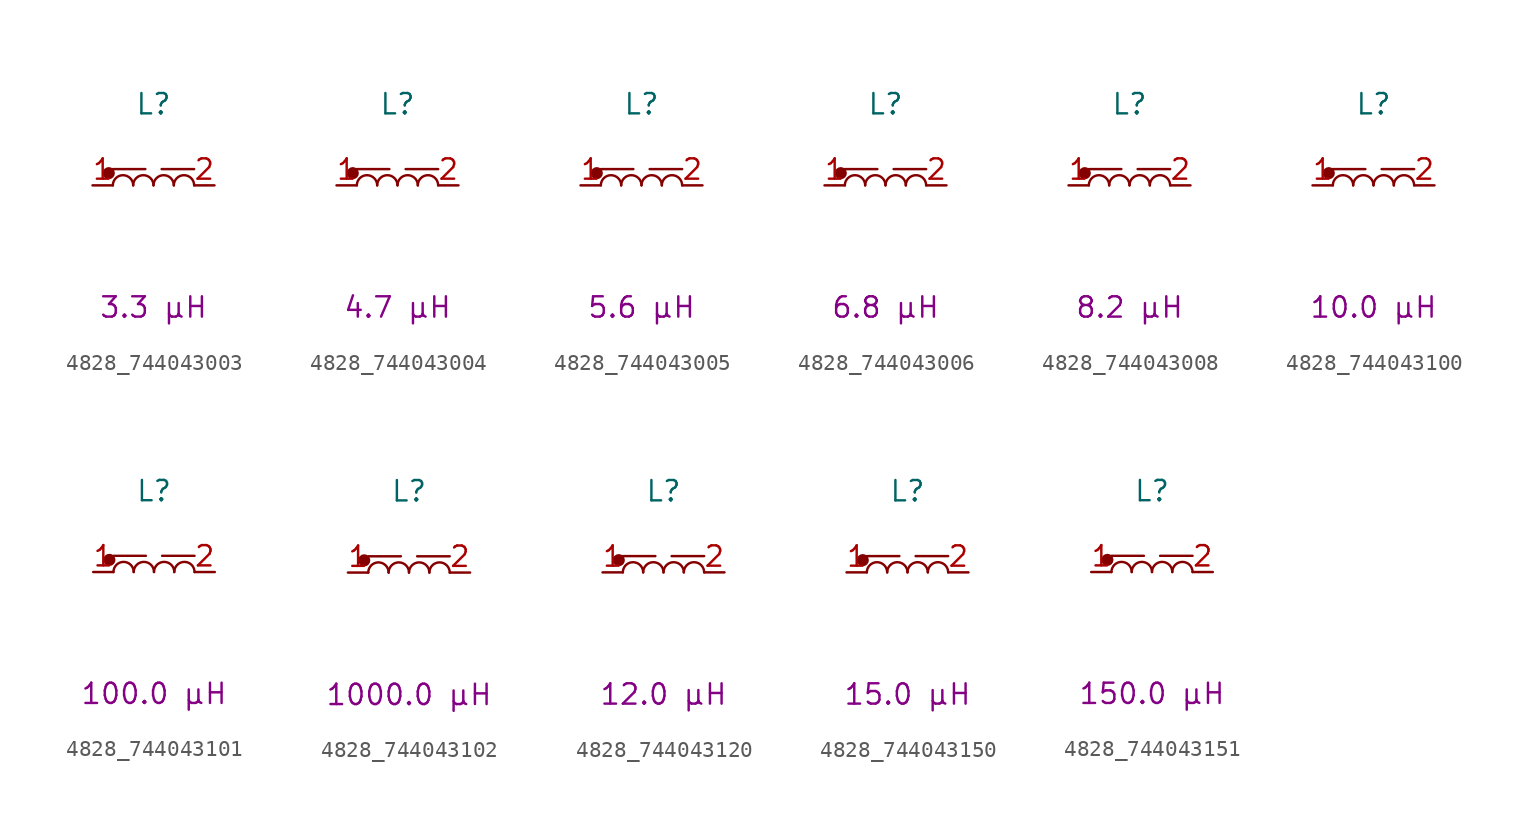
<source format=kicad_sym>
(kicad_symbol_lib
  (version 20220914)
  (generator kicad_symbol_editor)
  (symbol "4828_744043003"
    (pin_names hide)
    (property "Reference" "L"
      (at 0 5.08 0)
      (effects (font (size 1.27 1.27))))
    (property "Critical Parameter" "3.3 µH"
      (at 0 -7.62 0)
      (effects (font (size 1.27 1.27))))
    (symbol "4828_744043003_0_1"
      (arc (start -1.27 0) (mid -1.905 0.6323) (end -2.54 0) (stroke (width 0) (type default)) (fill (type none)))
      (arc (start 0 0) (mid -0.635 0.6323) (end -1.27 0) (stroke (width 0) (type default)) (fill (type none)))
      (polyline (pts (xy -2.54 1.016) (xy -0.508 1.016)) (stroke (width 0) (type default)) (fill (type none)))
      (arc (start 1.27 0) (mid 0.635 0.6323) (end 0 0) (stroke (width 0) (type default)) (fill (type none)))
      (arc (start 2.54 0) (mid 1.905 0.6323) (end 1.27 0) (stroke (width 0) (type default)) (fill (type none))))
    (symbol "4828_744043003_1_1"
      (circle (center -2.794 0.762) (radius 0.0001) (stroke (width 0.381) (type default)) (fill (type none)))
      (polyline (pts (xy 2.54 1.016) (xy 0.508 1.016)) (stroke (width 0) (type default)) (fill (type none)))
      (pin passive line (at -3.81 0 0) (length 1.27) (name "1" (effects (font (size 1.27 1.27)))) (number "1" (effects (font (size 1.27 1.27)))))
      (pin passive line (at 3.81 0 180) (length 1.27) (name "2" (effects (font (size 1.27 1.27)))) (number "2" (effects (font (size 1.27 1.27)))))))
  (symbol "4828_744043004"
    (pin_names hide)
    (property "Reference" "L"
      (at 0 5.08 0)
      (effects (font (size 1.27 1.27))))
    (property "Critical Parameter" "4.7 µH"
      (at 0 -7.62 0)
      (effects (font (size 1.27 1.27))))
    (symbol "4828_744043004_0_1"
      (arc (start -1.27 0) (mid -1.905 0.6323) (end -2.54 0) (stroke (width 0) (type default)) (fill (type none)))
      (arc (start 0 0) (mid -0.635 0.6323) (end -1.27 0) (stroke (width 0) (type default)) (fill (type none)))
      (polyline (pts (xy -2.54 1.016) (xy -0.508 1.016)) (stroke (width 0) (type default)) (fill (type none)))
      (arc (start 1.27 0) (mid 0.635 0.6323) (end 0 0) (stroke (width 0) (type default)) (fill (type none)))
      (arc (start 2.54 0) (mid 1.905 0.6323) (end 1.27 0) (stroke (width 0) (type default)) (fill (type none))))
    (symbol "4828_744043004_1_1"
      (circle (center -2.794 0.762) (radius 0.0001) (stroke (width 0.381) (type default)) (fill (type none)))
      (polyline (pts (xy 2.54 1.016) (xy 0.508 1.016)) (stroke (width 0) (type default)) (fill (type none)))
      (pin passive line (at -3.81 0 0) (length 1.27) (name "1" (effects (font (size 1.27 1.27)))) (number "1" (effects (font (size 1.27 1.27)))))
      (pin passive line (at 3.81 0 180) (length 1.27) (name "2" (effects (font (size 1.27 1.27)))) (number "2" (effects (font (size 1.27 1.27)))))))
  (symbol "4828_744043005"
    (pin_names hide)
    (property "Reference" "L"
      (at 0 5.08 0)
      (effects (font (size 1.27 1.27))))
    (property "Critical Parameter" "5.6 µH"
      (at 0 -7.62 0)
      (effects (font (size 1.27 1.27))))
    (symbol "4828_744043005_0_1"
      (arc (start -1.27 0) (mid -1.905 0.6323) (end -2.54 0) (stroke (width 0) (type default)) (fill (type none)))
      (arc (start 0 0) (mid -0.635 0.6323) (end -1.27 0) (stroke (width 0) (type default)) (fill (type none)))
      (polyline (pts (xy -2.54 1.016) (xy -0.508 1.016)) (stroke (width 0) (type default)) (fill (type none)))
      (arc (start 1.27 0) (mid 0.635 0.6323) (end 0 0) (stroke (width 0) (type default)) (fill (type none)))
      (arc (start 2.54 0) (mid 1.905 0.6323) (end 1.27 0) (stroke (width 0) (type default)) (fill (type none))))
    (symbol "4828_744043005_1_1"
      (circle (center -2.794 0.762) (radius 0.0001) (stroke (width 0.381) (type default)) (fill (type none)))
      (polyline (pts (xy 2.54 1.016) (xy 0.508 1.016)) (stroke (width 0) (type default)) (fill (type none)))
      (pin passive line (at -3.81 0 0) (length 1.27) (name "1" (effects (font (size 1.27 1.27)))) (number "1" (effects (font (size 1.27 1.27)))))
      (pin passive line (at 3.81 0 180) (length 1.27) (name "2" (effects (font (size 1.27 1.27)))) (number "2" (effects (font (size 1.27 1.27)))))))
  (symbol "4828_744043006"
    (pin_names hide)
    (property "Reference" "L"
      (at 0 5.08 0)
      (effects (font (size 1.27 1.27))))
    (property "Critical Parameter" "6.8 µH"
      (at 0 -7.62 0)
      (effects (font (size 1.27 1.27))))
    (symbol "4828_744043006_0_1"
      (arc (start -1.27 0) (mid -1.905 0.6323) (end -2.54 0) (stroke (width 0) (type default)) (fill (type none)))
      (arc (start 0 0) (mid -0.635 0.6323) (end -1.27 0) (stroke (width 0) (type default)) (fill (type none)))
      (polyline (pts (xy -2.54 1.016) (xy -0.508 1.016)) (stroke (width 0) (type default)) (fill (type none)))
      (arc (start 1.27 0) (mid 0.635 0.6323) (end 0 0) (stroke (width 0) (type default)) (fill (type none)))
      (arc (start 2.54 0) (mid 1.905 0.6323) (end 1.27 0) (stroke (width 0) (type default)) (fill (type none))))
    (symbol "4828_744043006_1_1"
      (circle (center -2.794 0.762) (radius 0.0001) (stroke (width 0.381) (type default)) (fill (type none)))
      (polyline (pts (xy 2.54 1.016) (xy 0.508 1.016)) (stroke (width 0) (type default)) (fill (type none)))
      (pin passive line (at -3.81 0 0) (length 1.27) (name "1" (effects (font (size 1.27 1.27)))) (number "1" (effects (font (size 1.27 1.27)))))
      (pin passive line (at 3.81 0 180) (length 1.27) (name "2" (effects (font (size 1.27 1.27)))) (number "2" (effects (font (size 1.27 1.27)))))))
  (symbol "4828_744043008"
    (pin_names hide)
    (property "Reference" "L"
      (at 0 5.08 0)
      (effects (font (size 1.27 1.27))))
    (property "Critical Parameter" "8.2 µH"
      (at 0 -7.62 0)
      (effects (font (size 1.27 1.27))))
    (symbol "4828_744043008_0_1"
      (arc (start -1.27 0) (mid -1.905 0.6323) (end -2.54 0) (stroke (width 0) (type default)) (fill (type none)))
      (arc (start 0 0) (mid -0.635 0.6323) (end -1.27 0) (stroke (width 0) (type default)) (fill (type none)))
      (polyline (pts (xy -2.54 1.016) (xy -0.508 1.016)) (stroke (width 0) (type default)) (fill (type none)))
      (arc (start 1.27 0) (mid 0.635 0.6323) (end 0 0) (stroke (width 0) (type default)) (fill (type none)))
      (arc (start 2.54 0) (mid 1.905 0.6323) (end 1.27 0) (stroke (width 0) (type default)) (fill (type none))))
    (symbol "4828_744043008_1_1"
      (circle (center -2.794 0.762) (radius 0.0001) (stroke (width 0.381) (type default)) (fill (type none)))
      (polyline (pts (xy 2.54 1.016) (xy 0.508 1.016)) (stroke (width 0) (type default)) (fill (type none)))
      (pin passive line (at -3.81 0 0) (length 1.27) (name "1" (effects (font (size 1.27 1.27)))) (number "1" (effects (font (size 1.27 1.27)))))
      (pin passive line (at 3.81 0 180) (length 1.27) (name "2" (effects (font (size 1.27 1.27)))) (number "2" (effects (font (size 1.27 1.27)))))))
  (symbol "4828_744043100"
    (pin_names hide)
    (property "Reference" "L"
      (at 0 5.08 0)
      (effects (font (size 1.27 1.27))))
    (property "Critical Parameter" "10.0 µH"
      (at 0 -7.62 0)
      (effects (font (size 1.27 1.27))))
    (symbol "4828_744043100_0_1"
      (arc (start -1.27 0) (mid -1.905 0.6323) (end -2.54 0) (stroke (width 0) (type default)) (fill (type none)))
      (arc (start 0 0) (mid -0.635 0.6323) (end -1.27 0) (stroke (width 0) (type default)) (fill (type none)))
      (polyline (pts (xy -2.54 1.016) (xy -0.508 1.016)) (stroke (width 0) (type default)) (fill (type none)))
      (arc (start 1.27 0) (mid 0.635 0.6323) (end 0 0) (stroke (width 0) (type default)) (fill (type none)))
      (arc (start 2.54 0) (mid 1.905 0.6323) (end 1.27 0) (stroke (width 0) (type default)) (fill (type none))))
    (symbol "4828_744043100_1_1"
      (circle (center -2.794 0.762) (radius 0.0001) (stroke (width 0.381) (type default)) (fill (type none)))
      (polyline (pts (xy 2.54 1.016) (xy 0.508 1.016)) (stroke (width 0) (type default)) (fill (type none)))
      (pin passive line (at -3.81 0 0) (length 1.27) (name "1" (effects (font (size 1.27 1.27)))) (number "1" (effects (font (size 1.27 1.27)))))
      (pin passive line (at 3.81 0 180) (length 1.27) (name "2" (effects (font (size 1.27 1.27)))) (number "2" (effects (font (size 1.27 1.27)))))))
  (symbol "4828_744043101"
    (pin_names hide)
    (property "Reference" "L"
      (at 0 5.08 0)
      (effects (font (size 1.27 1.27))))
    (property "Critical Parameter" "100.0 µH"
      (at 0 -7.62 0)
      (effects (font (size 1.27 1.27))))
    (symbol "4828_744043101_0_1"
      (arc (start -1.27 0) (mid -1.905 0.6323) (end -2.54 0) (stroke (width 0) (type default)) (fill (type none)))
      (arc (start 0 0) (mid -0.635 0.6323) (end -1.27 0) (stroke (width 0) (type default)) (fill (type none)))
      (polyline (pts (xy -2.54 1.016) (xy -0.508 1.016)) (stroke (width 0) (type default)) (fill (type none)))
      (arc (start 1.27 0) (mid 0.635 0.6323) (end 0 0) (stroke (width 0) (type default)) (fill (type none)))
      (arc (start 2.54 0) (mid 1.905 0.6323) (end 1.27 0) (stroke (width 0) (type default)) (fill (type none))))
    (symbol "4828_744043101_1_1"
      (circle (center -2.794 0.762) (radius 0.0001) (stroke (width 0.381) (type default)) (fill (type none)))
      (polyline (pts (xy 2.54 1.016) (xy 0.508 1.016)) (stroke (width 0) (type default)) (fill (type none)))
      (pin passive line (at -3.81 0 0) (length 1.27) (name "1" (effects (font (size 1.27 1.27)))) (number "1" (effects (font (size 1.27 1.27)))))
      (pin passive line (at 3.81 0 180) (length 1.27) (name "2" (effects (font (size 1.27 1.27)))) (number "2" (effects (font (size 1.27 1.27)))))))
  (symbol "4828_744043102"
    (pin_names hide)
    (property "Reference" "L"
      (at 0 5.08 0)
      (effects (font (size 1.27 1.27))))
    (property "Critical Parameter" "1000.0 µH"
      (at 0 -7.62 0)
      (effects (font (size 1.27 1.27))))
    (symbol "4828_744043102_0_1"
      (arc (start -1.27 0) (mid -1.905 0.6323) (end -2.54 0) (stroke (width 0) (type default)) (fill (type none)))
      (arc (start 0 0) (mid -0.635 0.6323) (end -1.27 0) (stroke (width 0) (type default)) (fill (type none)))
      (polyline (pts (xy -2.54 1.016) (xy -0.508 1.016)) (stroke (width 0) (type default)) (fill (type none)))
      (arc (start 1.27 0) (mid 0.635 0.6323) (end 0 0) (stroke (width 0) (type default)) (fill (type none)))
      (arc (start 2.54 0) (mid 1.905 0.6323) (end 1.27 0) (stroke (width 0) (type default)) (fill (type none))))
    (symbol "4828_744043102_1_1"
      (circle (center -2.794 0.762) (radius 0.0001) (stroke (width 0.381) (type default)) (fill (type none)))
      (polyline (pts (xy 2.54 1.016) (xy 0.508 1.016)) (stroke (width 0) (type default)) (fill (type none)))
      (pin passive line (at -3.81 0 0) (length 1.27) (name "1" (effects (font (size 1.27 1.27)))) (number "1" (effects (font (size 1.27 1.27)))))
      (pin passive line (at 3.81 0 180) (length 1.27) (name "2" (effects (font (size 1.27 1.27)))) (number "2" (effects (font (size 1.27 1.27)))))))
  (symbol "4828_744043120"
    (pin_names hide)
    (property "Reference" "L"
      (at 0 5.08 0)
      (effects (font (size 1.27 1.27))))
    (property "Critical Parameter" "12.0 µH"
      (at 0 -7.62 0)
      (effects (font (size 1.27 1.27))))
    (symbol "4828_744043120_0_1"
      (arc (start -1.27 0) (mid -1.905 0.6323) (end -2.54 0) (stroke (width 0) (type default)) (fill (type none)))
      (arc (start 0 0) (mid -0.635 0.6323) (end -1.27 0) (stroke (width 0) (type default)) (fill (type none)))
      (polyline (pts (xy -2.54 1.016) (xy -0.508 1.016)) (stroke (width 0) (type default)) (fill (type none)))
      (arc (start 1.27 0) (mid 0.635 0.6323) (end 0 0) (stroke (width 0) (type default)) (fill (type none)))
      (arc (start 2.54 0) (mid 1.905 0.6323) (end 1.27 0) (stroke (width 0) (type default)) (fill (type none))))
    (symbol "4828_744043120_1_1"
      (circle (center -2.794 0.762) (radius 0.0001) (stroke (width 0.381) (type default)) (fill (type none)))
      (polyline (pts (xy 2.54 1.016) (xy 0.508 1.016)) (stroke (width 0) (type default)) (fill (type none)))
      (pin passive line (at -3.81 0 0) (length 1.27) (name "1" (effects (font (size 1.27 1.27)))) (number "1" (effects (font (size 1.27 1.27)))))
      (pin passive line (at 3.81 0 180) (length 1.27) (name "2" (effects (font (size 1.27 1.27)))) (number "2" (effects (font (size 1.27 1.27)))))))
  (symbol "4828_744043150"
    (pin_names hide)
    (property "Reference" "L"
      (at 0 5.08 0)
      (effects (font (size 1.27 1.27))))
    (property "Critical Parameter" "15.0 µH"
      (at 0 -7.62 0)
      (effects (font (size 1.27 1.27))))
    (symbol "4828_744043150_0_1"
      (arc (start -1.27 0) (mid -1.905 0.6323) (end -2.54 0) (stroke (width 0) (type default)) (fill (type none)))
      (arc (start 0 0) (mid -0.635 0.6323) (end -1.27 0) (stroke (width 0) (type default)) (fill (type none)))
      (polyline (pts (xy -2.54 1.016) (xy -0.508 1.016)) (stroke (width 0) (type default)) (fill (type none)))
      (arc (start 1.27 0) (mid 0.635 0.6323) (end 0 0) (stroke (width 0) (type default)) (fill (type none)))
      (arc (start 2.54 0) (mid 1.905 0.6323) (end 1.27 0) (stroke (width 0) (type default)) (fill (type none))))
    (symbol "4828_744043150_1_1"
      (circle (center -2.794 0.762) (radius 0.0001) (stroke (width 0.381) (type default)) (fill (type none)))
      (polyline (pts (xy 2.54 1.016) (xy 0.508 1.016)) (stroke (width 0) (type default)) (fill (type none)))
      (pin passive line (at -3.81 0 0) (length 1.27) (name "1" (effects (font (size 1.27 1.27)))) (number "1" (effects (font (size 1.27 1.27)))))
      (pin passive line (at 3.81 0 180) (length 1.27) (name "2" (effects (font (size 1.27 1.27)))) (number "2" (effects (font (size 1.27 1.27)))))))
  (symbol "4828_744043151"
    (pin_names hide)
    (property "Reference" "L"
      (at 0 5.08 0)
      (effects (font (size 1.27 1.27))))
    (property "Critical Parameter" "150.0 µH"
      (at 0 -7.62 0)
      (effects (font (size 1.27 1.27))))
    (symbol "4828_744043151_0_1"
      (arc (start -1.27 0) (mid -1.905 0.6323) (end -2.54 0) (stroke (width 0) (type default)) (fill (type none)))
      (arc (start 0 0) (mid -0.635 0.6323) (end -1.27 0) (stroke (width 0) (type default)) (fill (type none)))
      (polyline (pts (xy -2.54 1.016) (xy -0.508 1.016)) (stroke (width 0) (type default)) (fill (type none)))
      (arc (start 1.27 0) (mid 0.635 0.6323) (end 0 0) (stroke (width 0) (type default)) (fill (type none)))
      (arc (start 2.54 0) (mid 1.905 0.6323) (end 1.27 0) (stroke (width 0) (type default)) (fill (type none))))
    (symbol "4828_744043151_1_1"
      (circle (center -2.794 0.762) (radius 0.0001) (stroke (width 0.381) (type default)) (fill (type none)))
      (polyline (pts (xy 2.54 1.016) (xy 0.508 1.016)) (stroke (width 0) (type default)) (fill (type none)))
      (pin passive line (at -3.81 0 0) (length 1.27) (name "1" (effects (font (size 1.27 1.27)))) (number "1" (effects (font (size 1.27 1.27)))))
      (pin passive line (at 3.81 0 180) (length 1.27) (name "2" (effects (font (size 1.27 1.27)))) (number "2" (effects (font (size 1.27 1.27))))))))
</source>
